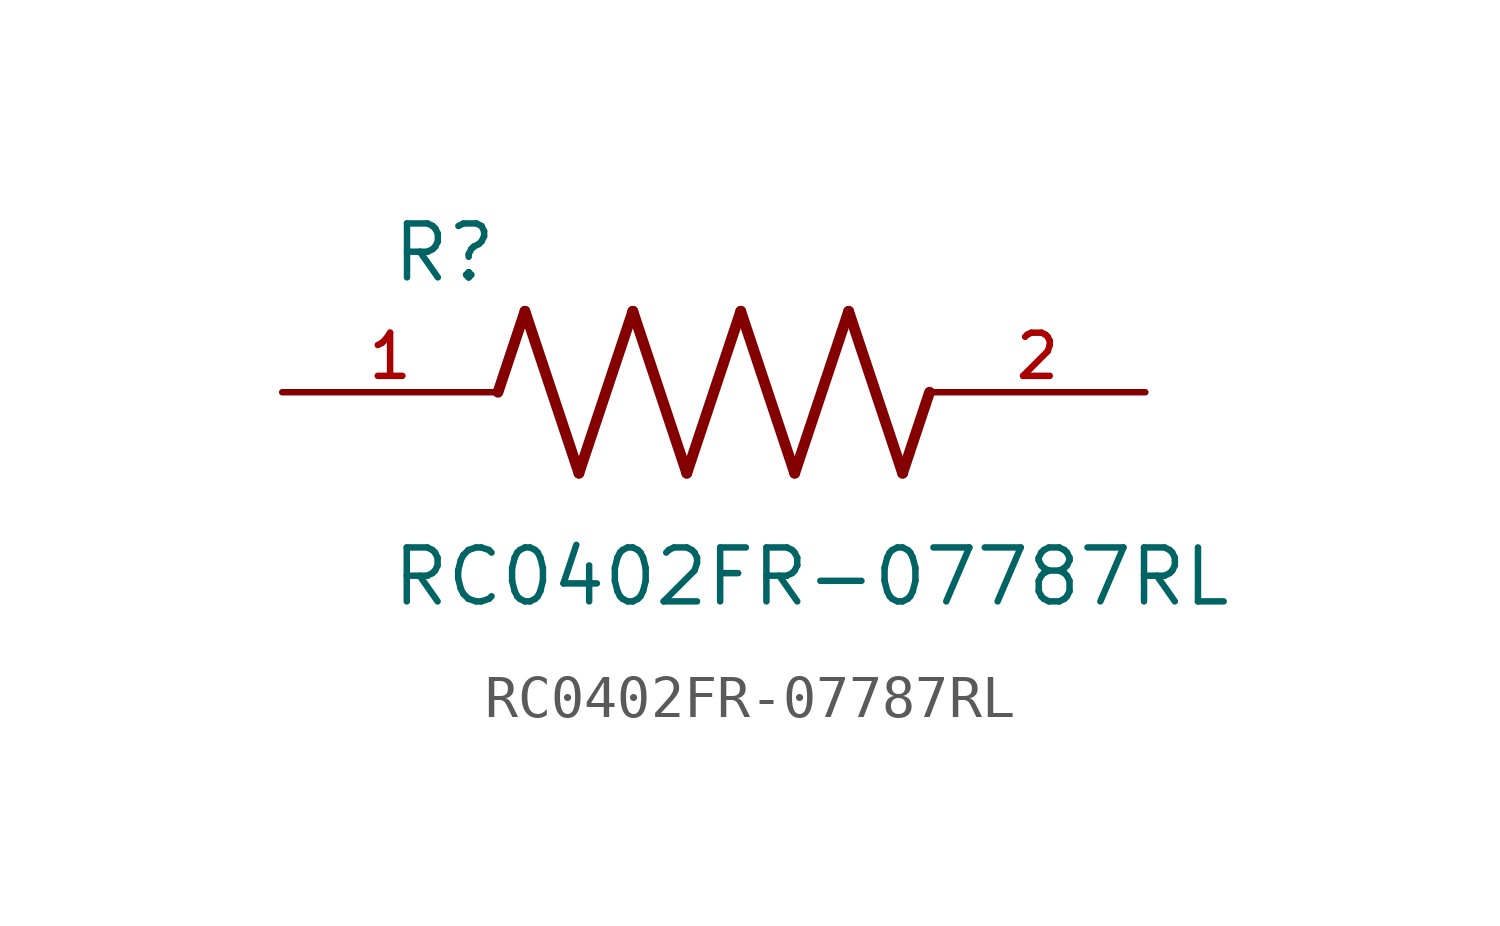
<source format=kicad_sym>
(kicad_symbol_lib
  (version 20211014)
  (generator kicad_symbol_editor)
  (symbol "RC0402FR-07787RL"
    (pin_names
      (offset 1.016))
    (property "Reference" "R"
      (at -7.624 2.541 0)
      (effects (font (size 1.27 1.27)) (justify bottom left)))
    (property "Value" "RC0402FR-07787RL"
      (at -7.63 -5.087 0)
      (effects (font (size 1.27 1.27)) (justify bottom left)))
    (symbol "RC0402FR-07787RL_0_0"
      (polyline (pts (xy -5.08 0.0) (xy -4.445 1.905)) (stroke (width 0.254)))
      (polyline (pts (xy -4.445 1.905) (xy -3.175 -1.905)) (stroke (width 0.254)))
      (polyline (pts (xy -3.175 -1.905) (xy -1.905 1.905)) (stroke (width 0.254)))
      (polyline (pts (xy -1.905 1.905) (xy -0.635 -1.905)) (stroke (width 0.254)))
      (polyline (pts (xy -0.635 -1.905) (xy 0.635 1.905)) (stroke (width 0.254)))
      (polyline (pts (xy 0.635 1.905) (xy 1.905 -1.905)) (stroke (width 0.254)))
      (polyline (pts (xy 1.905 -1.905) (xy 3.175 1.905)) (stroke (width 0.254)))
      (polyline (pts (xy 3.175 1.905) (xy 4.445 -1.905)) (stroke (width 0.254)))
      (polyline (pts (xy 4.445 -1.905) (xy 5.08 0.0)) (stroke (width 0.254)))
      (pin passive line (at -10.16 0.0 0) (length 5.08) (name "~" (effects (font (size 1.016 1.016)))) (number "1" (effects (font (size 1.016 1.016)))))
      (pin passive line (at 10.16 0.0 180.0) (length 5.08) (name "~" (effects (font (size 1.016 1.016)))) (number "2" (effects (font (size 1.016 1.016))))))))
</source>
